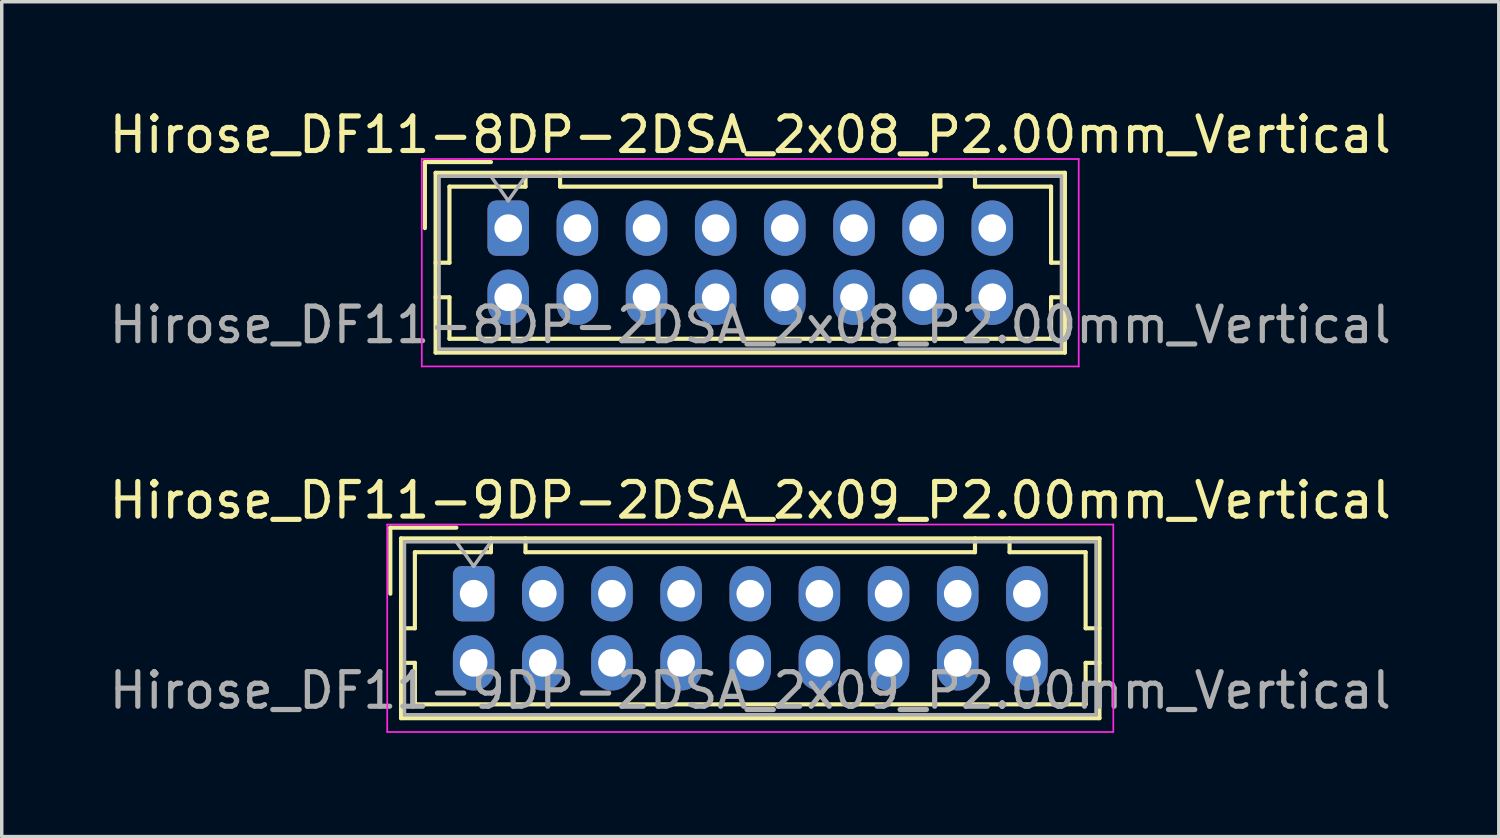
<source format=kicad_pcb>
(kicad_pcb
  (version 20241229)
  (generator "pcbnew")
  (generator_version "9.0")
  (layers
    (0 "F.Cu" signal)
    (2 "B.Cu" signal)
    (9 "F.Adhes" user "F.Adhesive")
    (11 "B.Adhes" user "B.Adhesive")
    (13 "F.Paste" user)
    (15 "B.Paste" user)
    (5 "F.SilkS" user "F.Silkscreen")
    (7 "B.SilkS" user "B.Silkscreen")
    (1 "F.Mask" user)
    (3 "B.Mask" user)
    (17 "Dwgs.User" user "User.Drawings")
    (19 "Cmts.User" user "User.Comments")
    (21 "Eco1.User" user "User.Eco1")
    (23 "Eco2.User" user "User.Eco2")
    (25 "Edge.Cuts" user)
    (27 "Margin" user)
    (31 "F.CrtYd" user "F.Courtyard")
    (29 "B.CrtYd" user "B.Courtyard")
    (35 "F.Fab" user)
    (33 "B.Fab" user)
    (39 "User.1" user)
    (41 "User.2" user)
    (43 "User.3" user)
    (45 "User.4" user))
  (footprint "Hirose_DF11-8DP-2DSA_2x08_P2.00mm_Vertical"
    (layer "F.Cu")
    (at 11.649 3.548)
    (property "Reference" "Hirose_DF11-8DP-2DSA_2x08_P2.00mm_Vertical" (at 7 -2.7 0) (layer "F.SilkS") (effects (font (size 1 1) (thickness 0.15))))
    (attr through_hole)
    (fp_line (start -2.41 -1.91) (end -0.5 -1.91) (stroke (width 0.12) (type solid)) (layer "F.SilkS"))
    (fp_line (start -2.41 0) (end -2.41 -1.91) (stroke (width 0.12) (type solid)) (layer "F.SilkS"))
    (fp_line (start -2.1 -1.6) (end -2.1 3.6) (stroke (width 0.12) (type solid)) (layer "F.SilkS"))
    (fp_line (start -2.1 1) (end -1.7 1) (stroke (width 0.12) (type solid)) (layer "F.SilkS"))
    (fp_line (start -2.1 2) (end -1.7 2) (stroke (width 0.12) (type solid)) (layer "F.SilkS"))
    (fp_line (start -2.1 3.6) (end 16.1 3.6) (stroke (width 0.12) (type solid)) (layer "F.SilkS"))
    (fp_line (start -1.7 -1.2) (end 0.5 -1.2) (stroke (width 0.12) (type solid)) (layer "F.SilkS"))
    (fp_line (start -1.7 1) (end -1.7 -1.2) (stroke (width 0.12) (type solid)) (layer "F.SilkS"))
    (fp_line (start -1.7 2) (end -1.7 3.2) (stroke (width 0.12) (type solid)) (layer "F.SilkS"))
    (fp_line (start -1.7 3.2) (end 15.7 3.2) (stroke (width 0.12) (type solid)) (layer "F.SilkS"))
    (fp_line (start 0.5 -1.2) (end 0.5 -1.6) (stroke (width 0.12) (type solid)) (layer "F.SilkS"))
    (fp_line (start 1.5 -1.6) (end 1.5 -1.2) (stroke (width 0.12) (type solid)) (layer "F.SilkS"))
    (fp_line (start 1.5 -1.2) (end 12.5 -1.2) (stroke (width 0.12) (type solid)) (layer "F.SilkS"))
    (fp_line (start 12.5 -1.2) (end 12.5 -1.6) (stroke (width 0.12) (type solid)) (layer "F.SilkS"))
    (fp_line (start 13.5 -1.2) (end 13.5 -1.6) (stroke (width 0.12) (type solid)) (layer "F.SilkS"))
    (fp_line (start 15.7 -1.2) (end 13.5 -1.2) (stroke (width 0.12) (type solid)) (layer "F.SilkS"))
    (fp_line (start 15.7 1) (end 15.7 -1.2) (stroke (width 0.12) (type solid)) (layer "F.SilkS"))
    (fp_line (start 15.7 2) (end 16.1 2) (stroke (width 0.12) (type solid)) (layer "F.SilkS"))
    (fp_line (start 15.7 3.2) (end 15.7 2) (stroke (width 0.12) (type solid)) (layer "F.SilkS"))
    (fp_line (start 16.1 -1.6) (end -2.1 -1.6) (stroke (width 0.12) (type solid)) (layer "F.SilkS"))
    (fp_line (start 16.1 1) (end 15.7 1) (stroke (width 0.12) (type solid)) (layer "F.SilkS"))
    (fp_line (start 16.1 3.6) (end 16.1 -1.6) (stroke (width 0.12) (type solid)) (layer "F.SilkS"))
    (fp_line (start -2.5 -2) (end -2.5 4) (stroke (width 0.05) (type solid)) (layer "F.CrtYd"))
    (fp_line (start -2.5 4) (end 16.5 4) (stroke (width 0.05) (type solid)) (layer "F.CrtYd"))
    (fp_line (start 16.5 -2) (end -2.5 -2) (stroke (width 0.05) (type solid)) (layer "F.CrtYd"))
    (fp_line (start 16.5 4) (end 16.5 -2) (stroke (width 0.05) (type solid)) (layer "F.CrtYd"))
    (fp_line (start -2 -1.5) (end -2 3.5) (stroke (width 0.1) (type solid)) (layer "F.Fab"))
    (fp_line (start -2 3.5) (end 16 3.5) (stroke (width 0.1) (type solid)) (layer "F.Fab"))
    (fp_line (start -0.5 -1.5) (end 0 -0.793) (stroke (width 0.1) (type solid)) (layer "F.Fab"))
    (fp_line (start 0 -0.793) (end 0.5 -1.5) (stroke (width 0.1) (type solid)) (layer "F.Fab"))
    (fp_line (start 16 -1.5) (end -2 -1.5) (stroke (width 0.1) (type solid)) (layer "F.Fab"))
    (fp_line (start 16 3.5) (end 16 -1.5) (stroke (width 0.1) (type solid)) (layer "F.Fab"))
    (fp_text user "${REFERENCE}" (at 7 2.8 0) (layer "F.Fab") (effects (font (size 1 1) (thickness 0.15))))
    (pad "1" thru_hole roundrect (at 0 0) (size 1.2 1.6) (drill 0.8) (layers "*.Cu" "*.Mask") (roundrect_rratio 0.208))
    (pad "2" thru_hole oval (at 0 2) (size 1.2 1.6) (drill 0.8) (layers "*.Cu" "*.Mask"))
    (pad "3" thru_hole oval (at 2 0) (size 1.2 1.6) (drill 0.8) (layers "*.Cu" "*.Mask"))
    (pad "4" thru_hole oval (at 2 2) (size 1.2 1.6) (drill 0.8) (layers "*.Cu" "*.Mask"))
    (pad "5" thru_hole oval (at 4 0) (size 1.2 1.6) (drill 0.8) (layers "*.Cu" "*.Mask"))
    (pad "6" thru_hole oval (at 4 2) (size 1.2 1.6) (drill 0.8) (layers "*.Cu" "*.Mask"))
    (pad "7" thru_hole oval (at 6 0) (size 1.2 1.6) (drill 0.8) (layers "*.Cu" "*.Mask"))
    (pad "8" thru_hole oval (at 6 2) (size 1.2 1.6) (drill 0.8) (layers "*.Cu" "*.Mask"))
    (pad "9" thru_hole oval (at 8 0) (size 1.2 1.6) (drill 0.8) (layers "*.Cu" "*.Mask"))
    (pad "10" thru_hole oval (at 8 2) (size 1.2 1.6) (drill 0.8) (layers "*.Cu" "*.Mask"))
    (pad "11" thru_hole oval (at 10 0) (size 1.2 1.6) (drill 0.8) (layers "*.Cu" "*.Mask"))
    (pad "12" thru_hole oval (at 10 2) (size 1.2 1.6) (drill 0.8) (layers "*.Cu" "*.Mask"))
    (pad "13" thru_hole oval (at 12 0) (size 1.2 1.6) (drill 0.8) (layers "*.Cu" "*.Mask"))
    (pad "14" thru_hole oval (at 12 2) (size 1.2 1.6) (drill 0.8) (layers "*.Cu" "*.Mask"))
    (pad "15" thru_hole oval (at 14 0) (size 1.2 1.6) (drill 0.8) (layers "*.Cu" "*.Mask"))
    (pad "16" thru_hole oval (at 14 2) (size 1.2 1.6) (drill 0.8) (layers "*.Cu" "*.Mask")))
  (footprint "Hirose_DF11-9DP-2DSA_2x09_P2.00mm_Vertical"
    (layer "F.Cu")
    (at 10.649 14.121)
    (property "Reference" "Hirose_DF11-9DP-2DSA_2x09_P2.00mm_Vertical" (at 8 -2.7 0) (layer "F.SilkS") (effects (font (size 1 1) (thickness 0.15))))
    (attr through_hole)
    (fp_line (start -2.41 -1.91) (end -0.5 -1.91) (stroke (width 0.12) (type solid)) (layer "F.SilkS"))
    (fp_line (start -2.41 0) (end -2.41 -1.91) (stroke (width 0.12) (type solid)) (layer "F.SilkS"))
    (fp_line (start -2.1 -1.6) (end -2.1 3.6) (stroke (width 0.12) (type solid)) (layer "F.SilkS"))
    (fp_line (start -2.1 1) (end -1.7 1) (stroke (width 0.12) (type solid)) (layer "F.SilkS"))
    (fp_line (start -2.1 2) (end -1.7 2) (stroke (width 0.12) (type solid)) (layer "F.SilkS"))
    (fp_line (start -2.1 3.6) (end 18.1 3.6) (stroke (width 0.12) (type solid)) (layer "F.SilkS"))
    (fp_line (start -1.7 -1.2) (end 0.5 -1.2) (stroke (width 0.12) (type solid)) (layer "F.SilkS"))
    (fp_line (start -1.7 1) (end -1.7 -1.2) (stroke (width 0.12) (type solid)) (layer "F.SilkS"))
    (fp_line (start -1.7 2) (end -1.7 3.2) (stroke (width 0.12) (type solid)) (layer "F.SilkS"))
    (fp_line (start -1.7 3.2) (end 17.7 3.2) (stroke (width 0.12) (type solid)) (layer "F.SilkS"))
    (fp_line (start 0.5 -1.2) (end 0.5 -1.6) (stroke (width 0.12) (type solid)) (layer "F.SilkS"))
    (fp_line (start 1.5 -1.6) (end 1.5 -1.2) (stroke (width 0.12) (type solid)) (layer "F.SilkS"))
    (fp_line (start 1.5 -1.2) (end 14.5 -1.2) (stroke (width 0.12) (type solid)) (layer "F.SilkS"))
    (fp_line (start 14.5 -1.2) (end 14.5 -1.6) (stroke (width 0.12) (type solid)) (layer "F.SilkS"))
    (fp_line (start 15.5 -1.2) (end 15.5 -1.6) (stroke (width 0.12) (type solid)) (layer "F.SilkS"))
    (fp_line (start 17.7 -1.2) (end 15.5 -1.2) (stroke (width 0.12) (type solid)) (layer "F.SilkS"))
    (fp_line (start 17.7 1) (end 17.7 -1.2) (stroke (width 0.12) (type solid)) (layer "F.SilkS"))
    (fp_line (start 17.7 2) (end 18.1 2) (stroke (width 0.12) (type solid)) (layer "F.SilkS"))
    (fp_line (start 17.7 3.2) (end 17.7 2) (stroke (width 0.12) (type solid)) (layer "F.SilkS"))
    (fp_line (start 18.1 -1.6) (end -2.1 -1.6) (stroke (width 0.12) (type solid)) (layer "F.SilkS"))
    (fp_line (start 18.1 1) (end 17.7 1) (stroke (width 0.12) (type solid)) (layer "F.SilkS"))
    (fp_line (start 18.1 3.6) (end 18.1 -1.6) (stroke (width 0.12) (type solid)) (layer "F.SilkS"))
    (fp_line (start -2.5 -2) (end -2.5 4) (stroke (width 0.05) (type solid)) (layer "F.CrtYd"))
    (fp_line (start -2.5 4) (end 18.5 4) (stroke (width 0.05) (type solid)) (layer "F.CrtYd"))
    (fp_line (start 18.5 -2) (end -2.5 -2) (stroke (width 0.05) (type solid)) (layer "F.CrtYd"))
    (fp_line (start 18.5 4) (end 18.5 -2) (stroke (width 0.05) (type solid)) (layer "F.CrtYd"))
    (fp_line (start -2 -1.5) (end -2 3.5) (stroke (width 0.1) (type solid)) (layer "F.Fab"))
    (fp_line (start -2 3.5) (end 18 3.5) (stroke (width 0.1) (type solid)) (layer "F.Fab"))
    (fp_line (start -0.5 -1.5) (end 0 -0.793) (stroke (width 0.1) (type solid)) (layer "F.Fab"))
    (fp_line (start 0 -0.793) (end 0.5 -1.5) (stroke (width 0.1) (type solid)) (layer "F.Fab"))
    (fp_line (start 18 -1.5) (end -2 -1.5) (stroke (width 0.1) (type solid)) (layer "F.Fab"))
    (fp_line (start 18 3.5) (end 18 -1.5) (stroke (width 0.1) (type solid)) (layer "F.Fab"))
    (fp_text user "${REFERENCE}" (at 8 2.8 0) (layer "F.Fab") (effects (font (size 1 1) (thickness 0.15))))
    (pad "1" thru_hole roundrect (at 0 0) (size 1.2 1.6) (drill 0.8) (layers "*.Cu" "*.Mask") (roundrect_rratio 0.208))
    (pad "2" thru_hole oval (at 0 2) (size 1.2 1.6) (drill 0.8) (layers "*.Cu" "*.Mask"))
    (pad "3" thru_hole oval (at 2 0) (size 1.2 1.6) (drill 0.8) (layers "*.Cu" "*.Mask"))
    (pad "4" thru_hole oval (at 2 2) (size 1.2 1.6) (drill 0.8) (layers "*.Cu" "*.Mask"))
    (pad "5" thru_hole oval (at 4 0) (size 1.2 1.6) (drill 0.8) (layers "*.Cu" "*.Mask"))
    (pad "6" thru_hole oval (at 4 2) (size 1.2 1.6) (drill 0.8) (layers "*.Cu" "*.Mask"))
    (pad "7" thru_hole oval (at 6 0) (size 1.2 1.6) (drill 0.8) (layers "*.Cu" "*.Mask"))
    (pad "8" thru_hole oval (at 6 2) (size 1.2 1.6) (drill 0.8) (layers "*.Cu" "*.Mask"))
    (pad "9" thru_hole oval (at 8 0) (size 1.2 1.6) (drill 0.8) (layers "*.Cu" "*.Mask"))
    (pad "10" thru_hole oval (at 8 2) (size 1.2 1.6) (drill 0.8) (layers "*.Cu" "*.Mask"))
    (pad "11" thru_hole oval (at 10 0) (size 1.2 1.6) (drill 0.8) (layers "*.Cu" "*.Mask"))
    (pad "12" thru_hole oval (at 10 2) (size 1.2 1.6) (drill 0.8) (layers "*.Cu" "*.Mask"))
    (pad "13" thru_hole oval (at 12 0) (size 1.2 1.6) (drill 0.8) (layers "*.Cu" "*.Mask"))
    (pad "14" thru_hole oval (at 12 2) (size 1.2 1.6) (drill 0.8) (layers "*.Cu" "*.Mask"))
    (pad "15" thru_hole oval (at 14 0) (size 1.2 1.6) (drill 0.8) (layers "*.Cu" "*.Mask"))
    (pad "16" thru_hole oval (at 14 2) (size 1.2 1.6) (drill 0.8) (layers "*.Cu" "*.Mask"))
    (pad "17" thru_hole oval (at 16 0) (size 1.2 1.6) (drill 0.8) (layers "*.Cu" "*.Mask"))
    (pad "18" thru_hole oval (at 16 2) (size 1.2 1.6) (drill 0.8) (layers "*.Cu" "*.Mask")))
  (gr_rect
    (start -3 -3)
    (end 40.298 21.146)
    (stroke (width 0.1) (type default))
    (fill no)
    (layer "Edge.Cuts")))
</source>
